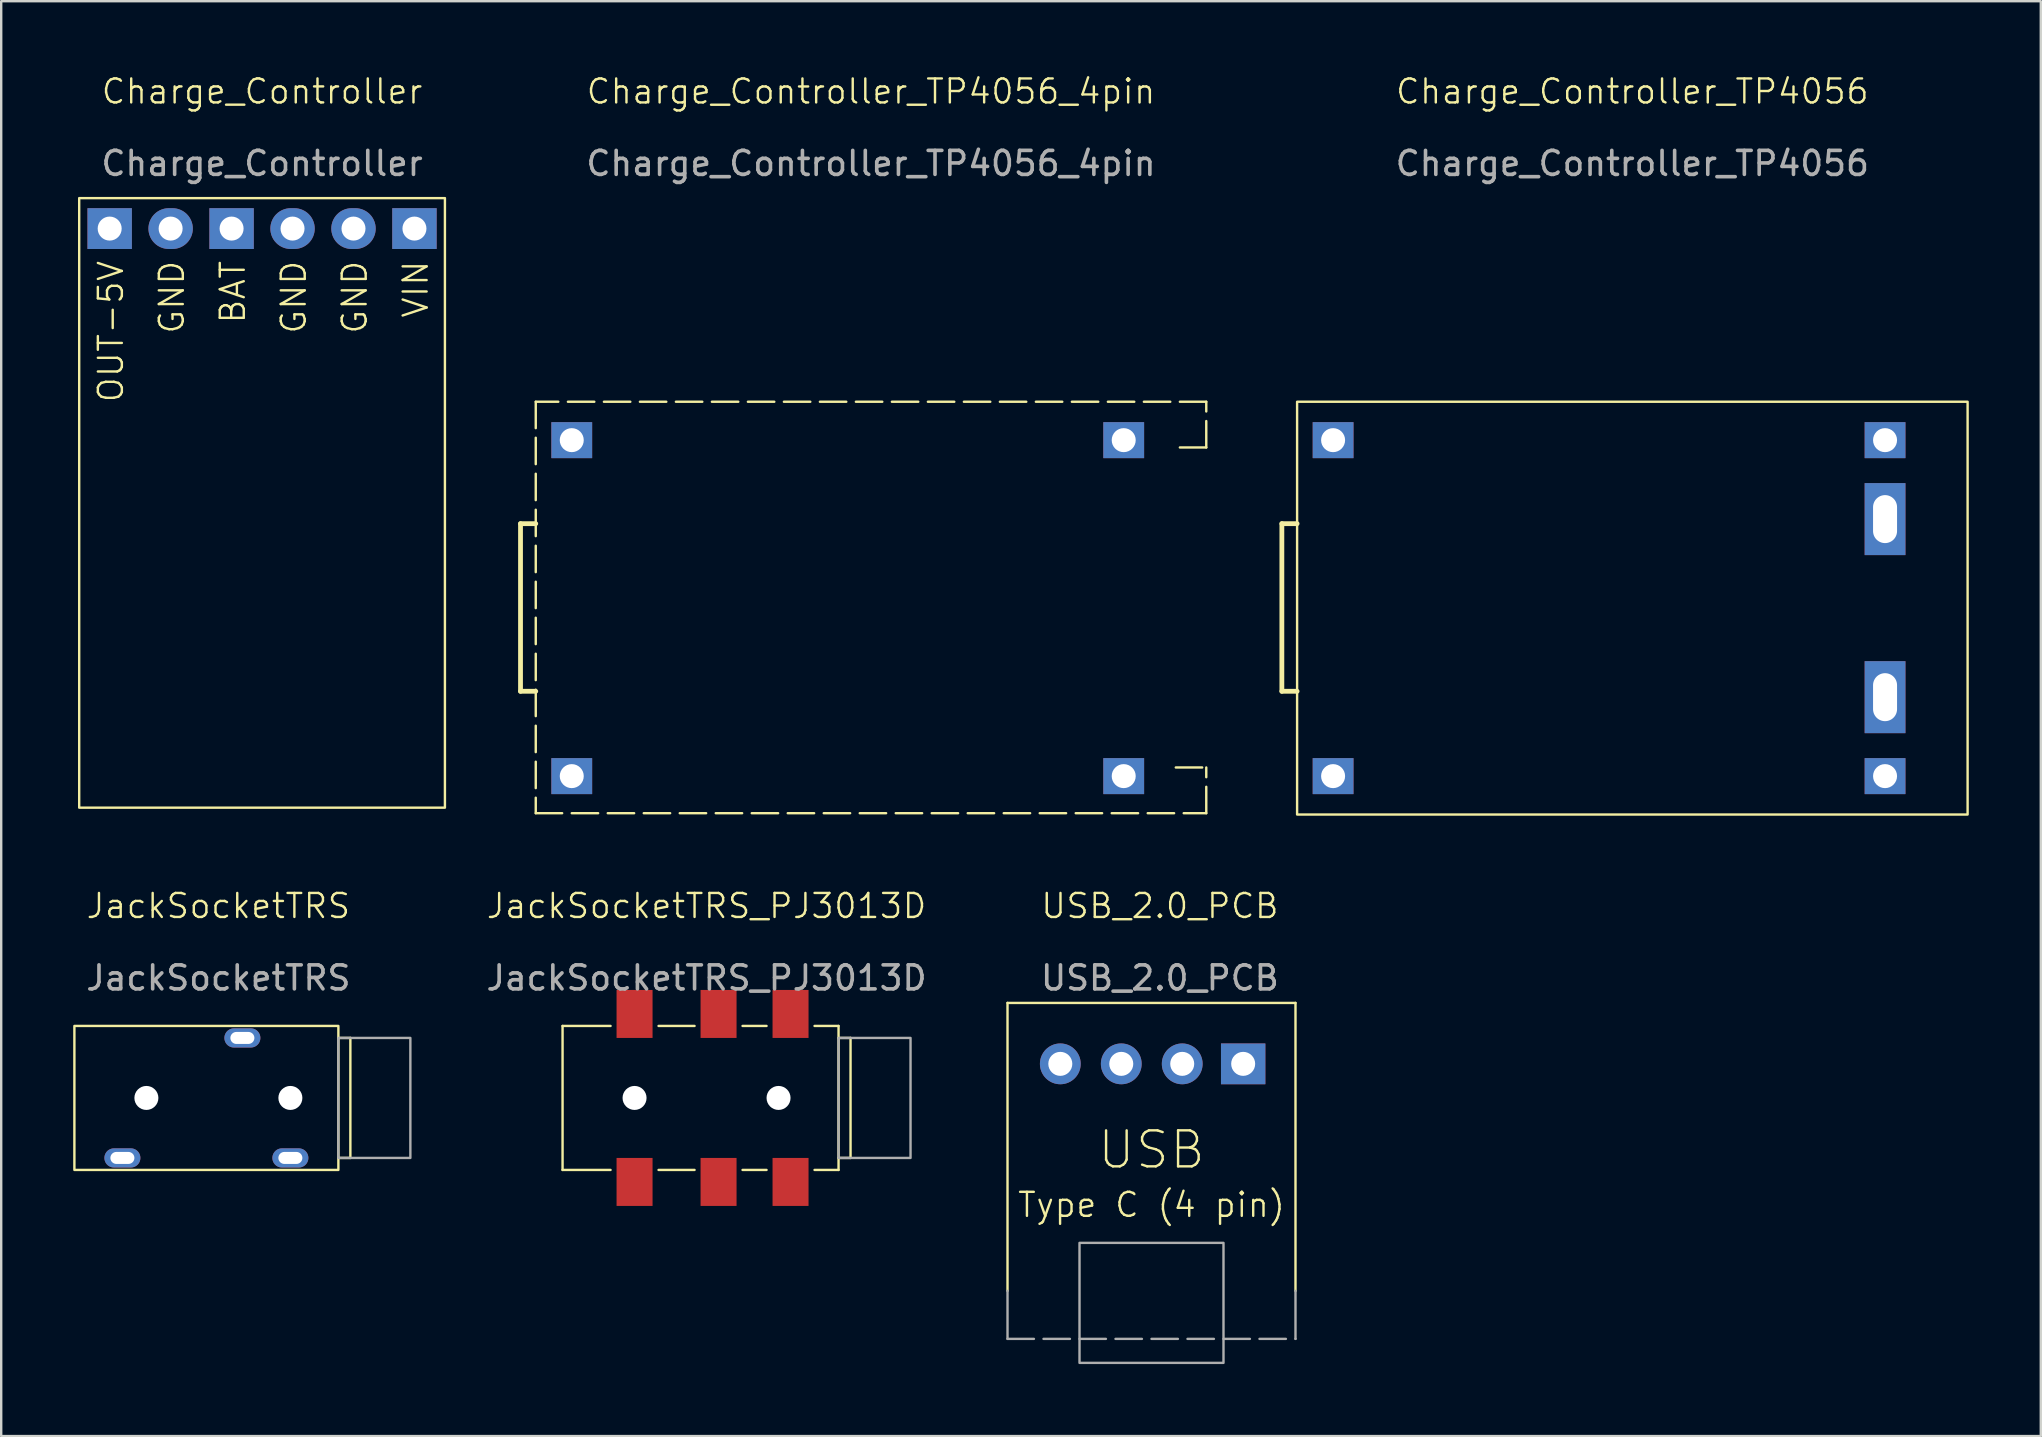
<source format=kicad_pcb>
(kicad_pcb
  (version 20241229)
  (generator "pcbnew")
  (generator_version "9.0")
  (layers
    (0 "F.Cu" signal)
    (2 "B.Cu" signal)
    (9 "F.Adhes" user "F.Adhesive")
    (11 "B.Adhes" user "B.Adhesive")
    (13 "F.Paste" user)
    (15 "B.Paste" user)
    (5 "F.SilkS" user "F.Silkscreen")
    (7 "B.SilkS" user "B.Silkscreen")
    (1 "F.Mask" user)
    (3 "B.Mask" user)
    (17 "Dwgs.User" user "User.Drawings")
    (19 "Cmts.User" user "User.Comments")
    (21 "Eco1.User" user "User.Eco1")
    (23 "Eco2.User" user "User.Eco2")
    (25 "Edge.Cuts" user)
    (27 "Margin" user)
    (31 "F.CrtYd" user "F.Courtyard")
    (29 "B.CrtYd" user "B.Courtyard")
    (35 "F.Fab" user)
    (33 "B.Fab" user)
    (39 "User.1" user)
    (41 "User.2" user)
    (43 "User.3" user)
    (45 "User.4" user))
  (footprint "Charge_Controller_TP4056_4pin"
    (layer "F.Cu")
    (at 19.275 13.691)
    (property "Reference" "Charge_Controller_TP4056_4pin" (at 13.97 -12.93 0) (unlocked yes) (layer "F.SilkS") (effects (font (size 1 1) (thickness 0.1))))
    (attr through_hole)
    (fp_line (start -0.635 5.08) (end -0.635 12.065) (stroke (width 0.2) (type default)) (layer "F.SilkS"))
    (fp_line (start -0.635 12.065) (end 0 12.065) (stroke (width 0.2) (type default)) (layer "F.SilkS"))
    (fp_line (start 0 0) (end 0 17.145) (stroke (width 0.1) (type dash)) (layer "F.SilkS"))
    (fp_line (start 0 5.08) (end -0.635 5.08) (stroke (width 0.2) (type default)) (layer "F.SilkS"))
    (fp_line (start 0 17.145) (end 27.94 17.145) (stroke (width 0.1) (type dash)) (layer "F.SilkS"))
    (fp_line (start 26.67 15.24) (end 27.94 15.24) (stroke (width 0.1) (type dash)) (layer "F.SilkS"))
    (fp_line (start 27.94 0) (end 0 0) (stroke (width 0.1) (type dash)) (layer "F.SilkS"))
    (fp_line (start 27.94 1.905) (end 26.67 1.905) (stroke (width 0.1) (type dash)) (layer "F.SilkS"))
    (fp_line (start 27.94 1.905) (end 27.94 0) (stroke (width 0.1) (type dash)) (layer "F.SilkS"))
    (fp_line (start 27.94 17.145) (end 27.94 15.24) (stroke (width 0.1) (type dash)) (layer "F.SilkS"))
    (fp_text user "${REFERENCE}" (at 13.97 -9.93 0) (unlocked yes) (layer "F.Fab") (effects (font (size 1 1) (thickness 0.15))))
    (pad "1" thru_hole rect (at 1.5 1.6) (size 1.7 1.5) (drill 1) (layers "*.Cu" "*.Mask"))
    (pad "2" thru_hole rect (at 1.5 15.6) (size 1.7 1.5) (drill 1) (layers "*.Cu" "*.Mask"))
    (pad "3" thru_hole rect (at 24.5 1.6) (size 1.7 1.5) (drill 1) (layers "*.Cu" "*.Mask"))
    (pad "4" thru_hole rect (at 24.5 15.6) (size 1.7 1.5) (drill 1) (layers "*.Cu" "*.Mask")))
  (footprint "JackSocketTRS_PJ3013D"
    (layer "F.Cu")
    (at 26.392 42.701)
    (property "Reference" "JackSocketTRS_PJ3013D" (at 0 -8 0) (unlocked yes) (layer "F.SilkS") (effects (font (size 1 1) (thickness 0.1))))
    (attr through_hole)
    (fp_line (start -6 -3) (end -4 -3) (stroke (width 0.1) (type default)) (layer "F.SilkS"))
    (fp_line (start -6 3) (end -6 -3) (stroke (width 0.1) (type default)) (layer "F.SilkS"))
    (fp_line (start -4 3) (end -6 3) (stroke (width 0.1) (type default)) (layer "F.SilkS"))
    (fp_line (start -2 -3) (end -0.5 -3) (stroke (width 0.1) (type default)) (layer "F.SilkS"))
    (fp_line (start -0.5 3) (end -2 3) (stroke (width 0.1) (type default)) (layer "F.SilkS"))
    (fp_line (start 1.5 -3) (end 2.5 -3) (stroke (width 0.1) (type default)) (layer "F.SilkS"))
    (fp_line (start 2.5 3) (end 1.5 3) (stroke (width 0.1) (type default)) (layer "F.SilkS"))
    (fp_line (start 4.5 -3) (end 5.5 -3) (stroke (width 0.1) (type default)) (layer "F.SilkS"))
    (fp_line (start 5.5 -3) (end 5.5 3) (stroke (width 0.1) (type default)) (layer "F.SilkS"))
    (fp_line (start 5.5 -2.5) (end 6 -2.5) (stroke (width 0.1) (type default)) (layer "F.SilkS"))
    (fp_line (start 5.5 3) (end 4.5 3) (stroke (width 0.1) (type default)) (layer "F.SilkS"))
    (fp_line (start 6 -2.5) (end 6 2.5) (stroke (width 0.1) (type default)) (layer "F.SilkS"))
    (fp_line (start 6 2.5) (end 5.5 2.5) (stroke (width 0.1) (type default)) (layer "F.SilkS"))
    (fp_rect (start 5.5 -2.5) (end 8.5 2.5) (stroke (width 0.1) (type default)) (fill no) (layer "F.Fab"))
    (fp_text user "${REFERENCE}" (at 0 -5 0) (unlocked yes) (layer "F.Fab") (effects (font (size 1 1) (thickness 0.15))))
    (pad "" np_thru_hole circle (at -3 0) (size 1 1) (drill 1) (layers "*.Cu" "*.Mask"))
    (pad "" np_thru_hole circle (at 3 0) (size 1 1) (drill 1) (layers "*.Cu" "*.Mask"))
    (pad "R" smd rect (at 0.5 -3.5) (size 1.5 2) (layers "F.Cu" "F.Mask" "F.Paste"))
    (pad "R" smd rect (at 0.5 3.5) (size 1.5 2) (layers "F.Cu" "F.Mask" "F.Paste"))
    (pad "S" smd rect (at 3.5 -3.5) (size 1.5 2) (layers "F.Cu" "F.Mask" "F.Paste"))
    (pad "S" smd rect (at 3.5 3.5) (size 1.5 2) (layers "F.Cu" "F.Mask" "F.Paste"))
    (pad "T" smd rect (at -3 -3.5) (size 1.5 2) (layers "F.Cu" "F.Mask" "F.Paste"))
    (pad "T" smd rect (at -3 3.5) (size 1.5 2) (layers "F.Cu" "F.Mask" "F.Paste")))
  (footprint "USB_2.0_PCB"
    (layer "F.Cu")
    (at 38.933 38.741)
    (property "Reference" "USB_2.0_PCB" (at 6.35 -4.04 0) (unlocked yes) (layer "F.SilkS") (effects (font (size 1 1) (thickness 0.1))))
    (attr through_hole)
    (fp_line (start 0 0) (end 12 0) (stroke (width 0.1) (type default)) (layer "F.SilkS"))
    (fp_line (start 0 12) (end 0 0) (stroke (width 0.1) (type default)) (layer "F.SilkS"))
    (fp_line (start 12 0) (end 12 12) (stroke (width 0.1) (type default)) (layer "F.SilkS"))
    (fp_line (start 0 14) (end 0 12) (stroke (width 0.1) (type solid)) (layer "F.Fab"))
    (fp_line (start 0 14) (end 12 14) (stroke (width 0.1) (type dash)) (layer "F.Fab"))
    (fp_line (start 12 14) (end 12 12) (stroke (width 0.1) (type solid)) (layer "F.Fab"))
    (fp_rect (start 3 10) (end 9 15) (stroke (width 0.1) (type default)) (fill no) (layer "F.Fab"))
    (fp_text user "Type C (4 pin)" (at 6 9 0) (unlocked yes) (layer "F.SilkS") (effects (font (size 1 1) (thickness 0.1)) (justify bottom)))
    (fp_text user "USB" (at 6 7 0) (unlocked yes) (layer "F.SilkS") (effects (font (size 1.5 1.5) (thickness 0.1)) (justify bottom)))
    (fp_text user "${REFERENCE}" (at 6.35 -1.04 0) (unlocked yes) (layer "F.Fab") (effects (font (size 1 1) (thickness 0.15))))
    (pad "1" thru_hole rect (at 9.82 2.54 90) (size 1.7 1.85) (drill 1) (layers "*.Cu" "*.Mask"))
    (pad "2" thru_hole circle (at 7.28 2.54 90) (size 1.7 1.7) (drill 1) (layers "*.Cu" "*.Mask"))
    (pad "3" thru_hole circle (at 4.74 2.54 90) (size 1.7 1.7) (drill 1) (layers "*.Cu" "*.Mask"))
    (pad "4" thru_hole circle (at 2.2 2.54 90) (size 1.7 1.7) (drill 1) (layers "*.Cu" "*.Mask")))
  (footprint "JackSocketTRS"
    (layer "F.Cu")
    (at 6.05 42.701)
    (property "Reference" "JackSocketTRS" (at 0 -8 0) (unlocked yes) (layer "F.SilkS") (effects (font (size 1 1) (thickness 0.1))))
    (attr through_hole)
    (fp_line (start 5 -2.5) (end 5.5 -2.5) (stroke (width 0.1) (type default)) (layer "F.SilkS"))
    (fp_line (start 5.5 -2.5) (end 5.5 2.5) (stroke (width 0.1) (type default)) (layer "F.SilkS"))
    (fp_line (start 5.5 2.5) (end 5 2.5) (stroke (width 0.1) (type default)) (layer "F.SilkS"))
    (fp_rect (start -6 -3) (end 5 3) (stroke (width 0.1) (type default)) (fill no) (layer "F.SilkS"))
    (fp_rect (start 5 -2.5) (end 8 2.5) (stroke (width 0.1) (type default)) (fill no) (layer "F.Fab"))
    (fp_text user "${REFERENCE}" (at 0 -5 0) (unlocked yes) (layer "F.Fab") (effects (font (size 1 1) (thickness 0.15))))
    (pad "" np_thru_hole circle (at -3 0) (size 1 1) (drill 1) (layers "*.Cu" "*.Mask"))
    (pad "" np_thru_hole circle (at 3 0) (size 1 1) (drill 1) (layers "*.Cu" "*.Mask"))
    (pad "R" thru_hole oval (at 1 -2.5) (size 1.5 0.8) (drill oval 1 0.5) (layers "*.Cu" "*.Mask"))
    (pad "S" thru_hole oval (at 3 2.5) (size 1.5 0.8) (drill oval 1 0.5) (layers "*.Cu" "*.Mask"))
    (pad "T" thru_hole oval (at -4 2.5) (size 1.5 0.8) (drill oval 1 0.5) (layers "*.Cu" "*.Mask")))
  (footprint "Charge_Controller"
    (layer "F.Cu")
    (at 0.25 5.205)
    (property "Reference" "Charge_Controller" (at 7.62 -4.445 0) (unlocked yes) (layer "F.SilkS") (effects (font (size 1 1) (thickness 0.1))))
    (attr through_hole)
    (fp_rect (start 0 0) (end 15.24 25.4) (stroke (width 0.1) (type default)) (fill no) (layer "F.SilkS"))
    (fp_text user "VIN" (at 14.605 2.54 90) (unlocked yes) (layer "F.SilkS") (effects (font (size 1 1) (thickness 0.1)) (justify right bottom)))
    (fp_text user "GND" (at 9.525 2.54 90) (unlocked yes) (layer "F.SilkS") (effects (font (size 1 1) (thickness 0.1)) (justify right bottom)))
    (fp_text user "GND" (at 4.445 2.54 90) (unlocked yes) (layer "F.SilkS") (effects (font (size 1 1) (thickness 0.1)) (justify right bottom)))
    (fp_text user "GND" (at 12.065 2.54 90) (unlocked yes) (layer "F.SilkS") (effects (font (size 1 1) (thickness 0.1)) (justify right bottom)))
    (fp_text user "BAT" (at 6.985 2.54 90) (unlocked yes) (layer "F.SilkS") (effects (font (size 1 1) (thickness 0.1)) (justify right bottom)))
    (fp_text user "OUT-5V" (at 1.905 2.54 90) (unlocked yes) (layer "F.SilkS") (effects (font (size 1 1) (thickness 0.1)) (justify right bottom)))
    (fp_text user "${REFERENCE}" (at 7.62 -1.445 0) (unlocked yes) (layer "F.Fab") (effects (font (size 1 1) (thickness 0.15))))
    (pad "1" thru_hole rect (at 1.27 1.27 90) (size 1.7 1.85) (drill 1) (layers "*.Cu" "*.Mask"))
    (pad "2" thru_hole oval (at 3.81 1.27 90) (size 1.7 1.85) (drill 1) (layers "*.Cu" "*.Mask"))
    (pad "3" thru_hole rect (at 6.35 1.27 90) (size 1.7 1.85) (drill 1) (layers "*.Cu" "*.Mask"))
    (pad "4" thru_hole oval (at 8.89 1.27 90) (size 1.7 1.85) (drill 1) (layers "*.Cu" "*.Mask"))
    (pad "5" thru_hole oval (at 11.43 1.27 90) (size 1.7 1.85) (drill 1) (layers "*.Cu" "*.Mask"))
    (pad "6" thru_hole rect (at 13.97 1.27 90) (size 1.7 1.85) (drill 1) (layers "*.Cu" "*.Mask")))
  (footprint "Charge_Controller_TP4056"
    (layer "F.Cu")
    (at 51 13.691)
    (property "Reference" "Charge_Controller_TP4056" (at 13.97 -12.93 0) (unlocked yes) (layer "F.SilkS") (effects (font (size 1 1) (thickness 0.1))))
    (attr through_hole)
    (fp_line (start -0.635 5.08) (end -0.635 12.065) (stroke (width 0.2) (type default)) (layer "F.SilkS"))
    (fp_line (start -0.635 12.065) (end 0 12.065) (stroke (width 0.2) (type default)) (layer "F.SilkS"))
    (fp_line (start 0 5.08) (end -0.635 5.08) (stroke (width 0.2) (type default)) (layer "F.SilkS"))
    (fp_rect (start 0 0) (end 27.94 17.2) (stroke (width 0.1) (type default)) (fill no) (layer "F.SilkS"))
    (fp_text user "${REFERENCE}" (at 13.97 -9.93 0) (unlocked yes) (layer "F.Fab") (effects (font (size 1 1) (thickness 0.15))))
    (pad "1" thru_hole rect (at 1.5 1.6) (size 1.7 1.5) (drill 1) (layers "*.Cu" "*.Mask"))
    (pad "2" thru_hole rect (at 1.5 15.6) (size 1.7 1.5) (drill 1) (layers "*.Cu" "*.Mask"))
    (pad "3" thru_hole rect (at 24.5 1.6) (size 1.7 1.5) (drill 1) (layers "*.Cu" "*.Mask"))
    (pad "4" thru_hole rect (at 24.5 15.6) (size 1.7 1.5) (drill 1) (layers "*.Cu" "*.Mask"))
    (pad "5" thru_hole rect (at 24.5 4.89) (size 1.7 3) (drill oval 1 2) (layers "*.Cu" "*.Mask"))
    (pad "6" thru_hole rect (at 24.5 12.31) (size 1.7 3) (drill oval 1 2) (layers "*.Cu" "*.Mask")))
  (gr_rect
    (start -3 -3)
    (end 81.99 56.791)
    (stroke (width 0.1) (type default))
    (fill no)
    (layer "Edge.Cuts")))
</source>
